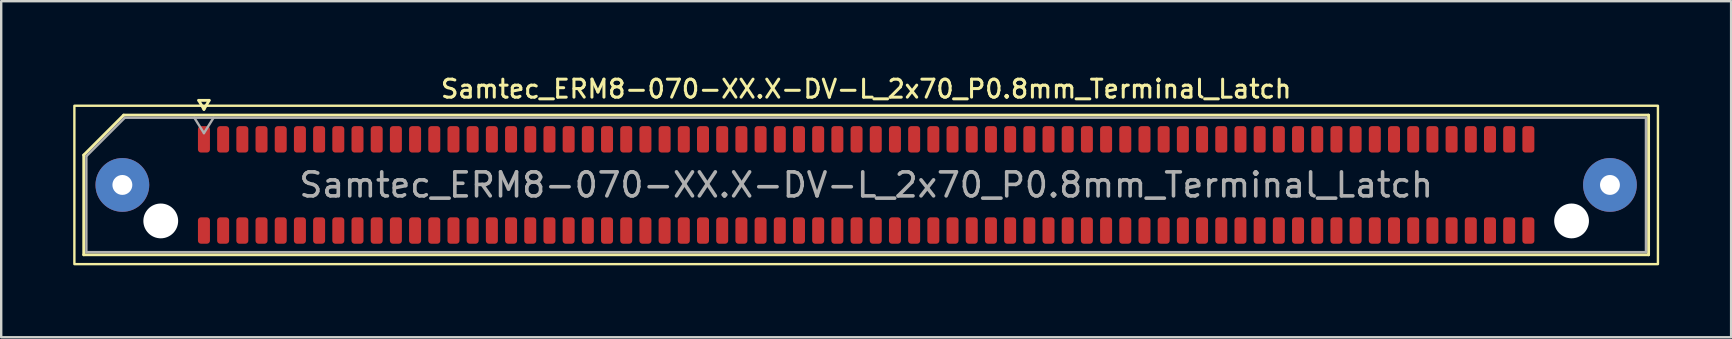
<source format=kicad_pcb>
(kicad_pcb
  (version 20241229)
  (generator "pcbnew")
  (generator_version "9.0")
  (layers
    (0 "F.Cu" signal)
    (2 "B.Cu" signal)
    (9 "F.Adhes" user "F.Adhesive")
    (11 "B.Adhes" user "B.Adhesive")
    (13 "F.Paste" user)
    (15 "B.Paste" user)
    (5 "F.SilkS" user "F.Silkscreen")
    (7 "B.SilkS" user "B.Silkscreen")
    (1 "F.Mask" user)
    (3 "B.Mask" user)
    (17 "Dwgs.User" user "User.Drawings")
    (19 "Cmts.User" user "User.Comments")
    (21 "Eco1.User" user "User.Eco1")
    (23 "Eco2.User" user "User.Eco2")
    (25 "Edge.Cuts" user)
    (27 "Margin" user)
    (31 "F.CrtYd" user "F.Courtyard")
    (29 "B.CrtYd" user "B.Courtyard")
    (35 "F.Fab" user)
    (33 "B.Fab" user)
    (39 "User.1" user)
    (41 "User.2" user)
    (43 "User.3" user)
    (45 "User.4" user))
  (footprint "Samtec_ERM8-070-XX.X-DV-L_2x70_P0.8mm_Terminal_Latch"
    (layer "F.Cu")
    (at 33.05 4.658)
    (property "Reference" "Samtec_ERM8-070-XX.X-DV-L_2x70_P0.8mm_Terminal_Latch" (at 0 -4 0) (layer "F.SilkS") (effects (font (size 0.75 0.75) (thickness 0.125))))
    (attr smd)
    (fp_line (start -32.61 -1.246) (end -30.946 -2.91) (stroke (width 0.12) (type solid)) (layer "F.SilkS"))
    (fp_line (start -32.61 2.91) (end -32.61 -1.246) (stroke (width 0.12) (type solid)) (layer "F.SilkS"))
    (fp_line (start -30.946 -2.91) (end 32.61 -2.91) (stroke (width 0.12) (type solid)) (layer "F.SilkS"))
    (fp_line (start -27.817 -3.525) (end -27.6 -3.15) (stroke (width 0.12) (type solid)) (layer "F.SilkS"))
    (fp_line (start -27.6 -3.15) (end -27.383 -3.525) (stroke (width 0.12) (type solid)) (layer "F.SilkS"))
    (fp_line (start -27.383 -3.525) (end -27.817 -3.525) (stroke (width 0.12) (type solid)) (layer "F.SilkS"))
    (fp_line (start 32.61 -2.91) (end 32.61 2.91) (stroke (width 0.12) (type solid)) (layer "F.SilkS"))
    (fp_line (start 32.61 2.91) (end -32.61 2.91) (stroke (width 0.12) (type solid)) (layer "F.SilkS"))
    (fp_rect (start -33 -3.3) (end 33 3.3) (stroke (width 0.1) (type solid)) (fill no) (layer "F.SilkS"))
    (fp_line (start -32.5 -1.2) (end -30.9 -2.8) (stroke (width 0.1) (type solid)) (layer "F.Fab"))
    (fp_line (start -32.5 2.8) (end -32.5 -1.2) (stroke (width 0.1) (type solid)) (layer "F.Fab"))
    (fp_line (start -30.9 -2.8) (end 32.5 -2.8) (stroke (width 0.1) (type solid)) (layer "F.Fab"))
    (fp_line (start -28 -2.8) (end -27.6 -2.16) (stroke (width 0.1) (type solid)) (layer "F.Fab"))
    (fp_line (start -27.6 -2.16) (end -27.2 -2.8) (stroke (width 0.1) (type solid)) (layer "F.Fab"))
    (fp_line (start 32.5 -2.8) (end 32.5 2.8) (stroke (width 0.1) (type solid)) (layer "F.Fab"))
    (fp_line (start 32.5 2.8) (end -32.5 2.8) (stroke (width 0.1) (type solid)) (layer "F.Fab"))
    (fp_text user "${REFERENCE}" (at 0 0 0) (layer "F.Fab") (effects (font (size 1 1) (thickness 0.15))))
    (pad "" thru_hole circle (at -31 0) (size 2.24 2.24) (drill 0.83) (layers "*.Cu" "*.Mask" "F.Paste"))
    (pad "" np_thru_hole circle (at -29.4 1.5) (size 1.45 1.45) (drill 1.45) (layers "*.Cu" "*.Mask"))
    (pad "" np_thru_hole circle (at 29.4 1.5) (size 1.45 1.45) (drill 1.45) (layers "*.Cu" "*.Mask"))
    (pad "" thru_hole circle (at 31 0) (size 2.24 2.24) (drill 0.83) (layers "*.Cu" "*.Mask" "F.Paste"))
    (pad "1" smd roundrect (at -27.6 -1.9) (size 0.5 1.1) (layers "F.Cu" "F.Mask" "F.Paste") (roundrect_rratio 0.25))
    (pad "2" smd roundrect (at -27.6 1.9) (size 0.5 1.1) (layers "F.Cu" "F.Mask" "F.Paste") (roundrect_rratio 0.25))
    (pad "3" smd roundrect (at -26.8 -1.9) (size 0.5 1.1) (layers "F.Cu" "F.Mask" "F.Paste") (roundrect_rratio 0.25))
    (pad "4" smd roundrect (at -26.8 1.9) (size 0.5 1.1) (layers "F.Cu" "F.Mask" "F.Paste") (roundrect_rratio 0.25))
    (pad "5" smd roundrect (at -26 -1.9) (size 0.5 1.1) (layers "F.Cu" "F.Mask" "F.Paste") (roundrect_rratio 0.25))
    (pad "6" smd roundrect (at -26 1.9) (size 0.5 1.1) (layers "F.Cu" "F.Mask" "F.Paste") (roundrect_rratio 0.25))
    (pad "7" smd roundrect (at -25.2 -1.9) (size 0.5 1.1) (layers "F.Cu" "F.Mask" "F.Paste") (roundrect_rratio 0.25))
    (pad "8" smd roundrect (at -25.2 1.9) (size 0.5 1.1) (layers "F.Cu" "F.Mask" "F.Paste") (roundrect_rratio 0.25))
    (pad "9" smd roundrect (at -24.4 -1.9) (size 0.5 1.1) (layers "F.Cu" "F.Mask" "F.Paste") (roundrect_rratio 0.25))
    (pad "10" smd roundrect (at -24.4 1.9) (size 0.5 1.1) (layers "F.Cu" "F.Mask" "F.Paste") (roundrect_rratio 0.25))
    (pad "11" smd roundrect (at -23.6 -1.9) (size 0.5 1.1) (layers "F.Cu" "F.Mask" "F.Paste") (roundrect_rratio 0.25))
    (pad "12" smd roundrect (at -23.6 1.9) (size 0.5 1.1) (layers "F.Cu" "F.Mask" "F.Paste") (roundrect_rratio 0.25))
    (pad "13" smd roundrect (at -22.8 -1.9) (size 0.5 1.1) (layers "F.Cu" "F.Mask" "F.Paste") (roundrect_rratio 0.25))
    (pad "14" smd roundrect (at -22.8 1.9) (size 0.5 1.1) (layers "F.Cu" "F.Mask" "F.Paste") (roundrect_rratio 0.25))
    (pad "15" smd roundrect (at -22 -1.9) (size 0.5 1.1) (layers "F.Cu" "F.Mask" "F.Paste") (roundrect_rratio 0.25))
    (pad "16" smd roundrect (at -22 1.9) (size 0.5 1.1) (layers "F.Cu" "F.Mask" "F.Paste") (roundrect_rratio 0.25))
    (pad "17" smd roundrect (at -21.2 -1.9) (size 0.5 1.1) (layers "F.Cu" "F.Mask" "F.Paste") (roundrect_rratio 0.25))
    (pad "18" smd roundrect (at -21.2 1.9) (size 0.5 1.1) (layers "F.Cu" "F.Mask" "F.Paste") (roundrect_rratio 0.25))
    (pad "19" smd roundrect (at -20.4 -1.9) (size 0.5 1.1) (layers "F.Cu" "F.Mask" "F.Paste") (roundrect_rratio 0.25))
    (pad "20" smd roundrect (at -20.4 1.9) (size 0.5 1.1) (layers "F.Cu" "F.Mask" "F.Paste") (roundrect_rratio 0.25))
    (pad "21" smd roundrect (at -19.6 -1.9) (size 0.5 1.1) (layers "F.Cu" "F.Mask" "F.Paste") (roundrect_rratio 0.25))
    (pad "22" smd roundrect (at -19.6 1.9) (size 0.5 1.1) (layers "F.Cu" "F.Mask" "F.Paste") (roundrect_rratio 0.25))
    (pad "23" smd roundrect (at -18.8 -1.9) (size 0.5 1.1) (layers "F.Cu" "F.Mask" "F.Paste") (roundrect_rratio 0.25))
    (pad "24" smd roundrect (at -18.8 1.9) (size 0.5 1.1) (layers "F.Cu" "F.Mask" "F.Paste") (roundrect_rratio 0.25))
    (pad "25" smd roundrect (at -18 -1.9) (size 0.5 1.1) (layers "F.Cu" "F.Mask" "F.Paste") (roundrect_rratio 0.25))
    (pad "26" smd roundrect (at -18 1.9) (size 0.5 1.1) (layers "F.Cu" "F.Mask" "F.Paste") (roundrect_rratio 0.25))
    (pad "27" smd roundrect (at -17.2 -1.9) (size 0.5 1.1) (layers "F.Cu" "F.Mask" "F.Paste") (roundrect_rratio 0.25))
    (pad "28" smd roundrect (at -17.2 1.9) (size 0.5 1.1) (layers "F.Cu" "F.Mask" "F.Paste") (roundrect_rratio 0.25))
    (pad "29" smd roundrect (at -16.4 -1.9) (size 0.5 1.1) (layers "F.Cu" "F.Mask" "F.Paste") (roundrect_rratio 0.25))
    (pad "30" smd roundrect (at -16.4 1.9) (size 0.5 1.1) (layers "F.Cu" "F.Mask" "F.Paste") (roundrect_rratio 0.25))
    (pad "31" smd roundrect (at -15.6 -1.9) (size 0.5 1.1) (layers "F.Cu" "F.Mask" "F.Paste") (roundrect_rratio 0.25))
    (pad "32" smd roundrect (at -15.6 1.9) (size 0.5 1.1) (layers "F.Cu" "F.Mask" "F.Paste") (roundrect_rratio 0.25))
    (pad "33" smd roundrect (at -14.8 -1.9) (size 0.5 1.1) (layers "F.Cu" "F.Mask" "F.Paste") (roundrect_rratio 0.25))
    (pad "34" smd roundrect (at -14.8 1.9) (size 0.5 1.1) (layers "F.Cu" "F.Mask" "F.Paste") (roundrect_rratio 0.25))
    (pad "35" smd roundrect (at -14 -1.9) (size 0.5 1.1) (layers "F.Cu" "F.Mask" "F.Paste") (roundrect_rratio 0.25))
    (pad "36" smd roundrect (at -14 1.9) (size 0.5 1.1) (layers "F.Cu" "F.Mask" "F.Paste") (roundrect_rratio 0.25))
    (pad "37" smd roundrect (at -13.2 -1.9) (size 0.5 1.1) (layers "F.Cu" "F.Mask" "F.Paste") (roundrect_rratio 0.25))
    (pad "38" smd roundrect (at -13.2 1.9) (size 0.5 1.1) (layers "F.Cu" "F.Mask" "F.Paste") (roundrect_rratio 0.25))
    (pad "39" smd roundrect (at -12.4 -1.9) (size 0.5 1.1) (layers "F.Cu" "F.Mask" "F.Paste") (roundrect_rratio 0.25))
    (pad "40" smd roundrect (at -12.4 1.9) (size 0.5 1.1) (layers "F.Cu" "F.Mask" "F.Paste") (roundrect_rratio 0.25))
    (pad "41" smd roundrect (at -11.6 -1.9) (size 0.5 1.1) (layers "F.Cu" "F.Mask" "F.Paste") (roundrect_rratio 0.25))
    (pad "42" smd roundrect (at -11.6 1.9) (size 0.5 1.1) (layers "F.Cu" "F.Mask" "F.Paste") (roundrect_rratio 0.25))
    (pad "43" smd roundrect (at -10.8 -1.9) (size 0.5 1.1) (layers "F.Cu" "F.Mask" "F.Paste") (roundrect_rratio 0.25))
    (pad "44" smd roundrect (at -10.8 1.9) (size 0.5 1.1) (layers "F.Cu" "F.Mask" "F.Paste") (roundrect_rratio 0.25))
    (pad "45" smd roundrect (at -10 -1.9) (size 0.5 1.1) (layers "F.Cu" "F.Mask" "F.Paste") (roundrect_rratio 0.25))
    (pad "46" smd roundrect (at -10 1.9) (size 0.5 1.1) (layers "F.Cu" "F.Mask" "F.Paste") (roundrect_rratio 0.25))
    (pad "47" smd roundrect (at -9.2 -1.9) (size 0.5 1.1) (layers "F.Cu" "F.Mask" "F.Paste") (roundrect_rratio 0.25))
    (pad "48" smd roundrect (at -9.2 1.9) (size 0.5 1.1) (layers "F.Cu" "F.Mask" "F.Paste") (roundrect_rratio 0.25))
    (pad "49" smd roundrect (at -8.4 -1.9) (size 0.5 1.1) (layers "F.Cu" "F.Mask" "F.Paste") (roundrect_rratio 0.25))
    (pad "50" smd roundrect (at -8.4 1.9) (size 0.5 1.1) (layers "F.Cu" "F.Mask" "F.Paste") (roundrect_rratio 0.25))
    (pad "51" smd roundrect (at -7.6 -1.9) (size 0.5 1.1) (layers "F.Cu" "F.Mask" "F.Paste") (roundrect_rratio 0.25))
    (pad "52" smd roundrect (at -7.6 1.9) (size 0.5 1.1) (layers "F.Cu" "F.Mask" "F.Paste") (roundrect_rratio 0.25))
    (pad "53" smd roundrect (at -6.8 -1.9) (size 0.5 1.1) (layers "F.Cu" "F.Mask" "F.Paste") (roundrect_rratio 0.25))
    (pad "54" smd roundrect (at -6.8 1.9) (size 0.5 1.1) (layers "F.Cu" "F.Mask" "F.Paste") (roundrect_rratio 0.25))
    (pad "55" smd roundrect (at -6 -1.9) (size 0.5 1.1) (layers "F.Cu" "F.Mask" "F.Paste") (roundrect_rratio 0.25))
    (pad "56" smd roundrect (at -6 1.9) (size 0.5 1.1) (layers "F.Cu" "F.Mask" "F.Paste") (roundrect_rratio 0.25))
    (pad "57" smd roundrect (at -5.2 -1.9) (size 0.5 1.1) (layers "F.Cu" "F.Mask" "F.Paste") (roundrect_rratio 0.25))
    (pad "58" smd roundrect (at -5.2 1.9) (size 0.5 1.1) (layers "F.Cu" "F.Mask" "F.Paste") (roundrect_rratio 0.25))
    (pad "59" smd roundrect (at -4.4 -1.9) (size 0.5 1.1) (layers "F.Cu" "F.Mask" "F.Paste") (roundrect_rratio 0.25))
    (pad "60" smd roundrect (at -4.4 1.9) (size 0.5 1.1) (layers "F.Cu" "F.Mask" "F.Paste") (roundrect_rratio 0.25))
    (pad "61" smd roundrect (at -3.6 -1.9) (size 0.5 1.1) (layers "F.Cu" "F.Mask" "F.Paste") (roundrect_rratio 0.25))
    (pad "62" smd roundrect (at -3.6 1.9) (size 0.5 1.1) (layers "F.Cu" "F.Mask" "F.Paste") (roundrect_rratio 0.25))
    (pad "63" smd roundrect (at -2.8 -1.9) (size 0.5 1.1) (layers "F.Cu" "F.Mask" "F.Paste") (roundrect_rratio 0.25))
    (pad "64" smd roundrect (at -2.8 1.9) (size 0.5 1.1) (layers "F.Cu" "F.Mask" "F.Paste") (roundrect_rratio 0.25))
    (pad "65" smd roundrect (at -2 -1.9) (size 0.5 1.1) (layers "F.Cu" "F.Mask" "F.Paste") (roundrect_rratio 0.25))
    (pad "66" smd roundrect (at -2 1.9) (size 0.5 1.1) (layers "F.Cu" "F.Mask" "F.Paste") (roundrect_rratio 0.25))
    (pad "67" smd roundrect (at -1.2 -1.9) (size 0.5 1.1) (layers "F.Cu" "F.Mask" "F.Paste") (roundrect_rratio 0.25))
    (pad "68" smd roundrect (at -1.2 1.9) (size 0.5 1.1) (layers "F.Cu" "F.Mask" "F.Paste") (roundrect_rratio 0.25))
    (pad "69" smd roundrect (at -0.4 -1.9) (size 0.5 1.1) (layers "F.Cu" "F.Mask" "F.Paste") (roundrect_rratio 0.25))
    (pad "70" smd roundrect (at -0.4 1.9) (size 0.5 1.1) (layers "F.Cu" "F.Mask" "F.Paste") (roundrect_rratio 0.25))
    (pad "71" smd roundrect (at 0.4 -1.9) (size 0.5 1.1) (layers "F.Cu" "F.Mask" "F.Paste") (roundrect_rratio 0.25))
    (pad "72" smd roundrect (at 0.4 1.9) (size 0.5 1.1) (layers "F.Cu" "F.Mask" "F.Paste") (roundrect_rratio 0.25))
    (pad "73" smd roundrect (at 1.2 -1.9) (size 0.5 1.1) (layers "F.Cu" "F.Mask" "F.Paste") (roundrect_rratio 0.25))
    (pad "74" smd roundrect (at 1.2 1.9) (size 0.5 1.1) (layers "F.Cu" "F.Mask" "F.Paste") (roundrect_rratio 0.25))
    (pad "75" smd roundrect (at 2 -1.9) (size 0.5 1.1) (layers "F.Cu" "F.Mask" "F.Paste") (roundrect_rratio 0.25))
    (pad "76" smd roundrect (at 2 1.9) (size 0.5 1.1) (layers "F.Cu" "F.Mask" "F.Paste") (roundrect_rratio 0.25))
    (pad "77" smd roundrect (at 2.8 -1.9) (size 0.5 1.1) (layers "F.Cu" "F.Mask" "F.Paste") (roundrect_rratio 0.25))
    (pad "78" smd roundrect (at 2.8 1.9) (size 0.5 1.1) (layers "F.Cu" "F.Mask" "F.Paste") (roundrect_rratio 0.25))
    (pad "79" smd roundrect (at 3.6 -1.9) (size 0.5 1.1) (layers "F.Cu" "F.Mask" "F.Paste") (roundrect_rratio 0.25))
    (pad "80" smd roundrect (at 3.6 1.9) (size 0.5 1.1) (layers "F.Cu" "F.Mask" "F.Paste") (roundrect_rratio 0.25))
    (pad "81" smd roundrect (at 4.4 -1.9) (size 0.5 1.1) (layers "F.Cu" "F.Mask" "F.Paste") (roundrect_rratio 0.25))
    (pad "82" smd roundrect (at 4.4 1.9) (size 0.5 1.1) (layers "F.Cu" "F.Mask" "F.Paste") (roundrect_rratio 0.25))
    (pad "83" smd roundrect (at 5.2 -1.9) (size 0.5 1.1) (layers "F.Cu" "F.Mask" "F.Paste") (roundrect_rratio 0.25))
    (pad "84" smd roundrect (at 5.2 1.9) (size 0.5 1.1) (layers "F.Cu" "F.Mask" "F.Paste") (roundrect_rratio 0.25))
    (pad "85" smd roundrect (at 6 -1.9) (size 0.5 1.1) (layers "F.Cu" "F.Mask" "F.Paste") (roundrect_rratio 0.25))
    (pad "86" smd roundrect (at 6 1.9) (size 0.5 1.1) (layers "F.Cu" "F.Mask" "F.Paste") (roundrect_rratio 0.25))
    (pad "87" smd roundrect (at 6.8 -1.9) (size 0.5 1.1) (layers "F.Cu" "F.Mask" "F.Paste") (roundrect_rratio 0.25))
    (pad "88" smd roundrect (at 6.8 1.9) (size 0.5 1.1) (layers "F.Cu" "F.Mask" "F.Paste") (roundrect_rratio 0.25))
    (pad "89" smd roundrect (at 7.6 -1.9) (size 0.5 1.1) (layers "F.Cu" "F.Mask" "F.Paste") (roundrect_rratio 0.25))
    (pad "90" smd roundrect (at 7.6 1.9) (size 0.5 1.1) (layers "F.Cu" "F.Mask" "F.Paste") (roundrect_rratio 0.25))
    (pad "91" smd roundrect (at 8.4 -1.9) (size 0.5 1.1) (layers "F.Cu" "F.Mask" "F.Paste") (roundrect_rratio 0.25))
    (pad "92" smd roundrect (at 8.4 1.9) (size 0.5 1.1) (layers "F.Cu" "F.Mask" "F.Paste") (roundrect_rratio 0.25))
    (pad "93" smd roundrect (at 9.2 -1.9) (size 0.5 1.1) (layers "F.Cu" "F.Mask" "F.Paste") (roundrect_rratio 0.25))
    (pad "94" smd roundrect (at 9.2 1.9) (size 0.5 1.1) (layers "F.Cu" "F.Mask" "F.Paste") (roundrect_rratio 0.25))
    (pad "95" smd roundrect (at 10 -1.9) (size 0.5 1.1) (layers "F.Cu" "F.Mask" "F.Paste") (roundrect_rratio 0.25))
    (pad "96" smd roundrect (at 10 1.9) (size 0.5 1.1) (layers "F.Cu" "F.Mask" "F.Paste") (roundrect_rratio 0.25))
    (pad "97" smd roundrect (at 10.8 -1.9) (size 0.5 1.1) (layers "F.Cu" "F.Mask" "F.Paste") (roundrect_rratio 0.25))
    (pad "98" smd roundrect (at 10.8 1.9) (size 0.5 1.1) (layers "F.Cu" "F.Mask" "F.Paste") (roundrect_rratio 0.25))
    (pad "99" smd roundrect (at 11.6 -1.9) (size 0.5 1.1) (layers "F.Cu" "F.Mask" "F.Paste") (roundrect_rratio 0.25))
    (pad "100" smd roundrect (at 11.6 1.9) (size 0.5 1.1) (layers "F.Cu" "F.Mask" "F.Paste") (roundrect_rratio 0.25))
    (pad "101" smd roundrect (at 12.4 -1.9) (size 0.5 1.1) (layers "F.Cu" "F.Mask" "F.Paste") (roundrect_rratio 0.25))
    (pad "102" smd roundrect (at 12.4 1.9) (size 0.5 1.1) (layers "F.Cu" "F.Mask" "F.Paste") (roundrect_rratio 0.25))
    (pad "103" smd roundrect (at 13.2 -1.9) (size 0.5 1.1) (layers "F.Cu" "F.Mask" "F.Paste") (roundrect_rratio 0.25))
    (pad "104" smd roundrect (at 13.2 1.9) (size 0.5 1.1) (layers "F.Cu" "F.Mask" "F.Paste") (roundrect_rratio 0.25))
    (pad "105" smd roundrect (at 14 -1.9) (size 0.5 1.1) (layers "F.Cu" "F.Mask" "F.Paste") (roundrect_rratio 0.25))
    (pad "106" smd roundrect (at 14 1.9) (size 0.5 1.1) (layers "F.Cu" "F.Mask" "F.Paste") (roundrect_rratio 0.25))
    (pad "107" smd roundrect (at 14.8 -1.9) (size 0.5 1.1) (layers "F.Cu" "F.Mask" "F.Paste") (roundrect_rratio 0.25))
    (pad "108" smd roundrect (at 14.8 1.9) (size 0.5 1.1) (layers "F.Cu" "F.Mask" "F.Paste") (roundrect_rratio 0.25))
    (pad "109" smd roundrect (at 15.6 -1.9) (size 0.5 1.1) (layers "F.Cu" "F.Mask" "F.Paste") (roundrect_rratio 0.25))
    (pad "110" smd roundrect (at 15.6 1.9) (size 0.5 1.1) (layers "F.Cu" "F.Mask" "F.Paste") (roundrect_rratio 0.25))
    (pad "111" smd roundrect (at 16.4 -1.9) (size 0.5 1.1) (layers "F.Cu" "F.Mask" "F.Paste") (roundrect_rratio 0.25))
    (pad "112" smd roundrect (at 16.4 1.9) (size 0.5 1.1) (layers "F.Cu" "F.Mask" "F.Paste") (roundrect_rratio 0.25))
    (pad "113" smd roundrect (at 17.2 -1.9) (size 0.5 1.1) (layers "F.Cu" "F.Mask" "F.Paste") (roundrect_rratio 0.25))
    (pad "114" smd roundrect (at 17.2 1.9) (size 0.5 1.1) (layers "F.Cu" "F.Mask" "F.Paste") (roundrect_rratio 0.25))
    (pad "115" smd roundrect (at 18 -1.9) (size 0.5 1.1) (layers "F.Cu" "F.Mask" "F.Paste") (roundrect_rratio 0.25))
    (pad "116" smd roundrect (at 18 1.9) (size 0.5 1.1) (layers "F.Cu" "F.Mask" "F.Paste") (roundrect_rratio 0.25))
    (pad "117" smd roundrect (at 18.8 -1.9) (size 0.5 1.1) (layers "F.Cu" "F.Mask" "F.Paste") (roundrect_rratio 0.25))
    (pad "118" smd roundrect (at 18.8 1.9) (size 0.5 1.1) (layers "F.Cu" "F.Mask" "F.Paste") (roundrect_rratio 0.25))
    (pad "119" smd roundrect (at 19.6 -1.9) (size 0.5 1.1) (layers "F.Cu" "F.Mask" "F.Paste") (roundrect_rratio 0.25))
    (pad "120" smd roundrect (at 19.6 1.9) (size 0.5 1.1) (layers "F.Cu" "F.Mask" "F.Paste") (roundrect_rratio 0.25))
    (pad "121" smd roundrect (at 20.4 -1.9) (size 0.5 1.1) (layers "F.Cu" "F.Mask" "F.Paste") (roundrect_rratio 0.25))
    (pad "122" smd roundrect (at 20.4 1.9) (size 0.5 1.1) (layers "F.Cu" "F.Mask" "F.Paste") (roundrect_rratio 0.25))
    (pad "123" smd roundrect (at 21.2 -1.9) (size 0.5 1.1) (layers "F.Cu" "F.Mask" "F.Paste") (roundrect_rratio 0.25))
    (pad "124" smd roundrect (at 21.2 1.9) (size 0.5 1.1) (layers "F.Cu" "F.Mask" "F.Paste") (roundrect_rratio 0.25))
    (pad "125" smd roundrect (at 22 -1.9) (size 0.5 1.1) (layers "F.Cu" "F.Mask" "F.Paste") (roundrect_rratio 0.25))
    (pad "126" smd roundrect (at 22 1.9) (size 0.5 1.1) (layers "F.Cu" "F.Mask" "F.Paste") (roundrect_rratio 0.25))
    (pad "127" smd roundrect (at 22.8 -1.9) (size 0.5 1.1) (layers "F.Cu" "F.Mask" "F.Paste") (roundrect_rratio 0.25))
    (pad "128" smd roundrect (at 22.8 1.9) (size 0.5 1.1) (layers "F.Cu" "F.Mask" "F.Paste") (roundrect_rratio 0.25))
    (pad "129" smd roundrect (at 23.6 -1.9) (size 0.5 1.1) (layers "F.Cu" "F.Mask" "F.Paste") (roundrect_rratio 0.25))
    (pad "130" smd roundrect (at 23.6 1.9) (size 0.5 1.1) (layers "F.Cu" "F.Mask" "F.Paste") (roundrect_rratio 0.25))
    (pad "131" smd roundrect (at 24.4 -1.9) (size 0.5 1.1) (layers "F.Cu" "F.Mask" "F.Paste") (roundrect_rratio 0.25))
    (pad "132" smd roundrect (at 24.4 1.9) (size 0.5 1.1) (layers "F.Cu" "F.Mask" "F.Paste") (roundrect_rratio 0.25))
    (pad "133" smd roundrect (at 25.2 -1.9) (size 0.5 1.1) (layers "F.Cu" "F.Mask" "F.Paste") (roundrect_rratio 0.25))
    (pad "134" smd roundrect (at 25.2 1.9) (size 0.5 1.1) (layers "F.Cu" "F.Mask" "F.Paste") (roundrect_rratio 0.25))
    (pad "135" smd roundrect (at 26 -1.9) (size 0.5 1.1) (layers "F.Cu" "F.Mask" "F.Paste") (roundrect_rratio 0.25))
    (pad "136" smd roundrect (at 26 1.9) (size 0.5 1.1) (layers "F.Cu" "F.Mask" "F.Paste") (roundrect_rratio 0.25))
    (pad "137" smd roundrect (at 26.8 -1.9) (size 0.5 1.1) (layers "F.Cu" "F.Mask" "F.Paste") (roundrect_rratio 0.25))
    (pad "138" smd roundrect (at 26.8 1.9) (size 0.5 1.1) (layers "F.Cu" "F.Mask" "F.Paste") (roundrect_rratio 0.25))
    (pad "139" smd roundrect (at 27.6 -1.9) (size 0.5 1.1) (layers "F.Cu" "F.Mask" "F.Paste") (roundrect_rratio 0.25))
    (pad "140" smd roundrect (at 27.6 1.9) (size 0.5 1.1) (layers "F.Cu" "F.Mask" "F.Paste") (roundrect_rratio 0.25)))
  (gr_rect
    (start -3 -3)
    (end 69.1 11.008)
    (stroke (width 0.1) (type default))
    (fill no)
    (layer "Edge.Cuts")))
</source>
